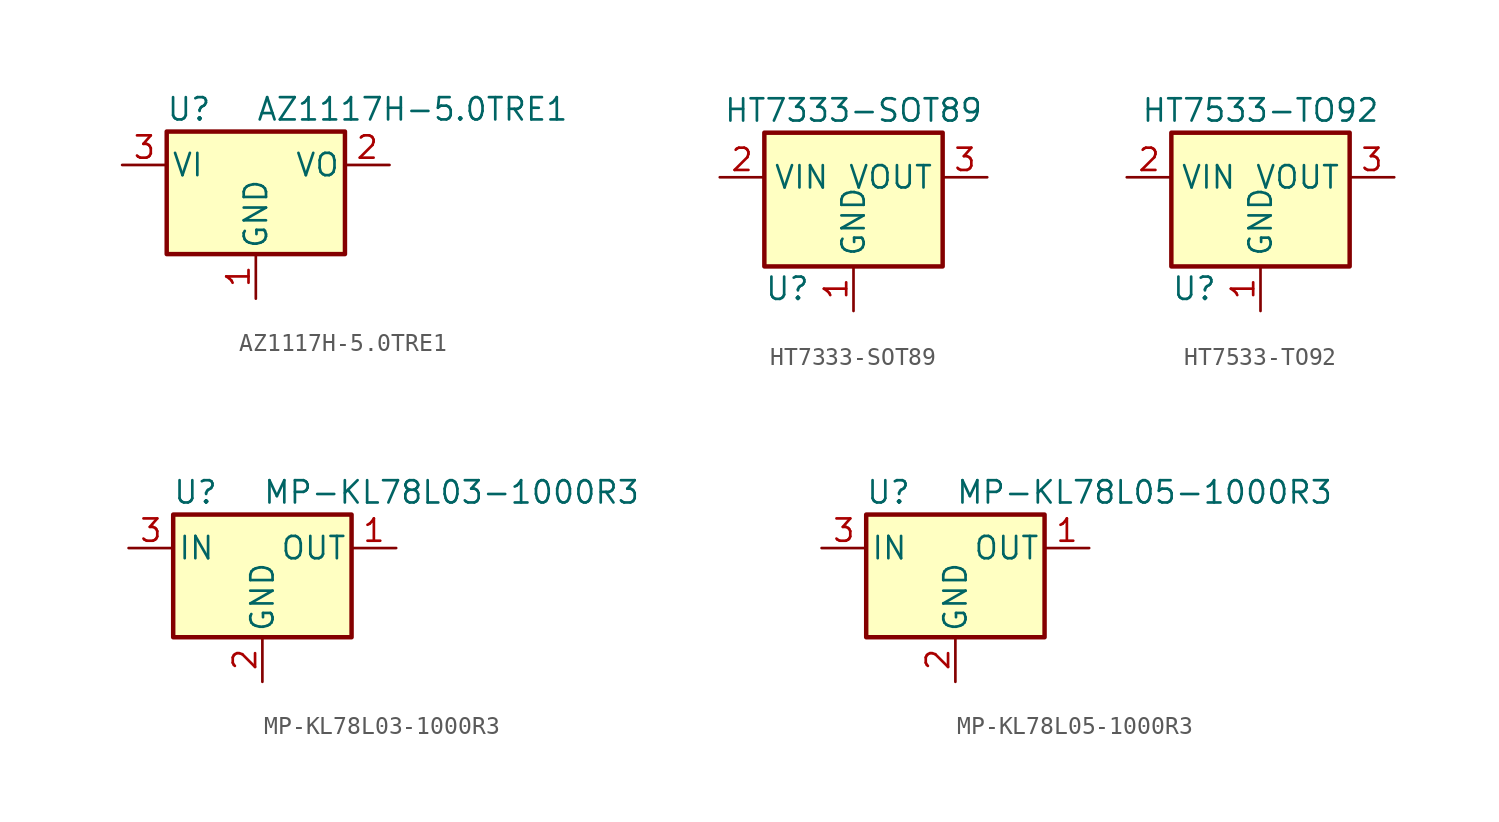
<source format=kicad_sym>
(kicad_symbol_lib
  (version 20231120)
  (generator "kicad_symbol_editor")
  (generator_version "8.0")
  (symbol "AZ1117H-5.0TRE1"
    (pin_names
      (offset 0.254))
    (property "Reference" "U"
      (at -3.81 3.175 0)
      (effects (font (size 1.27 1.27))))
    (property "Value" "AZ1117H-5.0TRE1"
      (at 0 3.175 0)
      (effects (font (size 1.27 1.27)) (justify left)))
    (symbol "AZ1117H-5.0TRE1_0_1"
      (rectangle (start -5.08 1.905) (end 5.08 -5.08) (stroke (width 0.254) (type default)) (fill (type background))))
    (symbol "AZ1117H-5.0TRE1_1_1"
      (pin input line (at 0 -7.62 90) (length 2.54) (name "GND" (effects (font (size 1.27 1.27)))) (number "1" (effects (font (size 1.27 1.27)))))
      (pin power_out line (at 7.62 0 180) (length 2.54) (name "VO" (effects (font (size 1.27 1.27)))) (number "2" (effects (font (size 1.27 1.27)))))
      (pin power_in line (at -7.62 0 0) (length 2.54) (name "VI" (effects (font (size 1.27 1.27)))) (number "3" (effects (font (size 1.27 1.27)))))))
  (symbol "HT7333-SOT89"
    (property "Reference" "U"
      (at -5.08 -3.81 0)
      (effects (font (size 1.27 1.27)) (justify left)))
    (property "Value" "HT7333-SOT89"
      (at 0 6.35 0)
      (effects (font (size 1.27 1.27))))
    (property "Feeder" ""
      (at 0 0 0)
      (effects (font (size 1.27 1.27))))
    (symbol "HT7333-SOT89_0_1"
      (rectangle (start -5.08 5.08) (end 5.08 -2.54) (stroke (width 0.254) (type default)) (fill (type background))))
    (symbol "HT7333-SOT89_1_1"
      (pin power_in line (at 0 -5.08 90) (length 2.54) (name "GND" (effects (font (size 1.27 1.27)))) (number "1" (effects (font (size 1.27 1.27)))))
      (pin power_in line (at -7.62 2.54 0) (length 2.54) (name "VIN" (effects (font (size 1.27 1.27)))) (number "2" (effects (font (size 1.27 1.27)))))
      (pin power_out line (at 7.62 2.54 180) (length 2.54) (name "VOUT" (effects (font (size 1.27 1.27)))) (number "3" (effects (font (size 1.27 1.27)))))))
  (symbol "HT7533-TO92"
    (property "Reference" "U"
      (at -5.08 -3.81 0)
      (effects (font (size 1.27 1.27)) (justify left)))
    (property "Value" "HT7533-TO92"
      (at 0 6.35 0)
      (effects (font (size 1.27 1.27))))
    (symbol "HT7533-TO92_0_1"
      (rectangle (start -5.08 5.08) (end 5.08 -2.54) (stroke (width 0.254) (type default)) (fill (type background))))
    (symbol "HT7533-TO92_1_1"
      (pin power_in line (at 0 -5.08 90) (length 2.54) (name "GND" (effects (font (size 1.27 1.27)))) (number "1" (effects (font (size 1.27 1.27)))))
      (pin power_in line (at -7.62 2.54 0) (length 2.54) (name "VIN" (effects (font (size 1.27 1.27)))) (number "2" (effects (font (size 1.27 1.27)))))
      (pin power_out line (at 7.62 2.54 180) (length 2.54) (name "VOUT" (effects (font (size 1.27 1.27)))) (number "3" (effects (font (size 1.27 1.27)))))))
  (symbol "MP-KL78L03-1000R3"
    (pin_names
      (offset 0.254))
    (property "Reference" "U"
      (at -3.81 3.175 0)
      (effects (font (size 1.27 1.27))))
    (property "Value" "MP-KL78L03-1000R3"
      (at 0 3.175 0)
      (effects (font (size 1.27 1.27)) (justify left)))
    (symbol "MP-KL78L03-1000R3_0_1"
      (rectangle (start -5.08 1.905) (end 5.08 -5.08) (stroke (width 0.254) (type default)) (fill (type background))))
    (symbol "MP-KL78L03-1000R3_1_1"
      (pin power_out line (at 7.62 0 180) (length 2.54) (name "OUT" (effects (font (size 1.27 1.27)))) (number "1" (effects (font (size 1.27 1.27)))))
      (pin power_in line (at 0 -7.62 90) (length 2.54) (name "GND" (effects (font (size 1.27 1.27)))) (number "2" (effects (font (size 1.27 1.27)))))
      (pin power_in line (at -7.62 0 0) (length 2.54) (name "IN" (effects (font (size 1.27 1.27)))) (number "3" (effects (font (size 1.27 1.27)))))))
  (symbol "MP-KL78L05-1000R3"
    (pin_names
      (offset 0.254))
    (property "Reference" "U"
      (at -3.81 3.175 0)
      (effects (font (size 1.27 1.27))))
    (property "Value" "MP-KL78L05-1000R3"
      (at 0 3.175 0)
      (effects (font (size 1.27 1.27)) (justify left)))
    (symbol "MP-KL78L05-1000R3_0_1"
      (rectangle (start -5.08 1.905) (end 5.08 -5.08) (stroke (width 0.254) (type default)) (fill (type background))))
    (symbol "MP-KL78L05-1000R3_1_1"
      (pin power_out line (at 7.62 0 180) (length 2.54) (name "OUT" (effects (font (size 1.27 1.27)))) (number "1" (effects (font (size 1.27 1.27)))))
      (pin power_in line (at 0 -7.62 90) (length 2.54) (name "GND" (effects (font (size 1.27 1.27)))) (number "2" (effects (font (size 1.27 1.27)))))
      (pin power_in line (at -7.62 0 0) (length 2.54) (name "IN" (effects (font (size 1.27 1.27)))) (number "3" (effects (font (size 1.27 1.27))))))))
</source>
